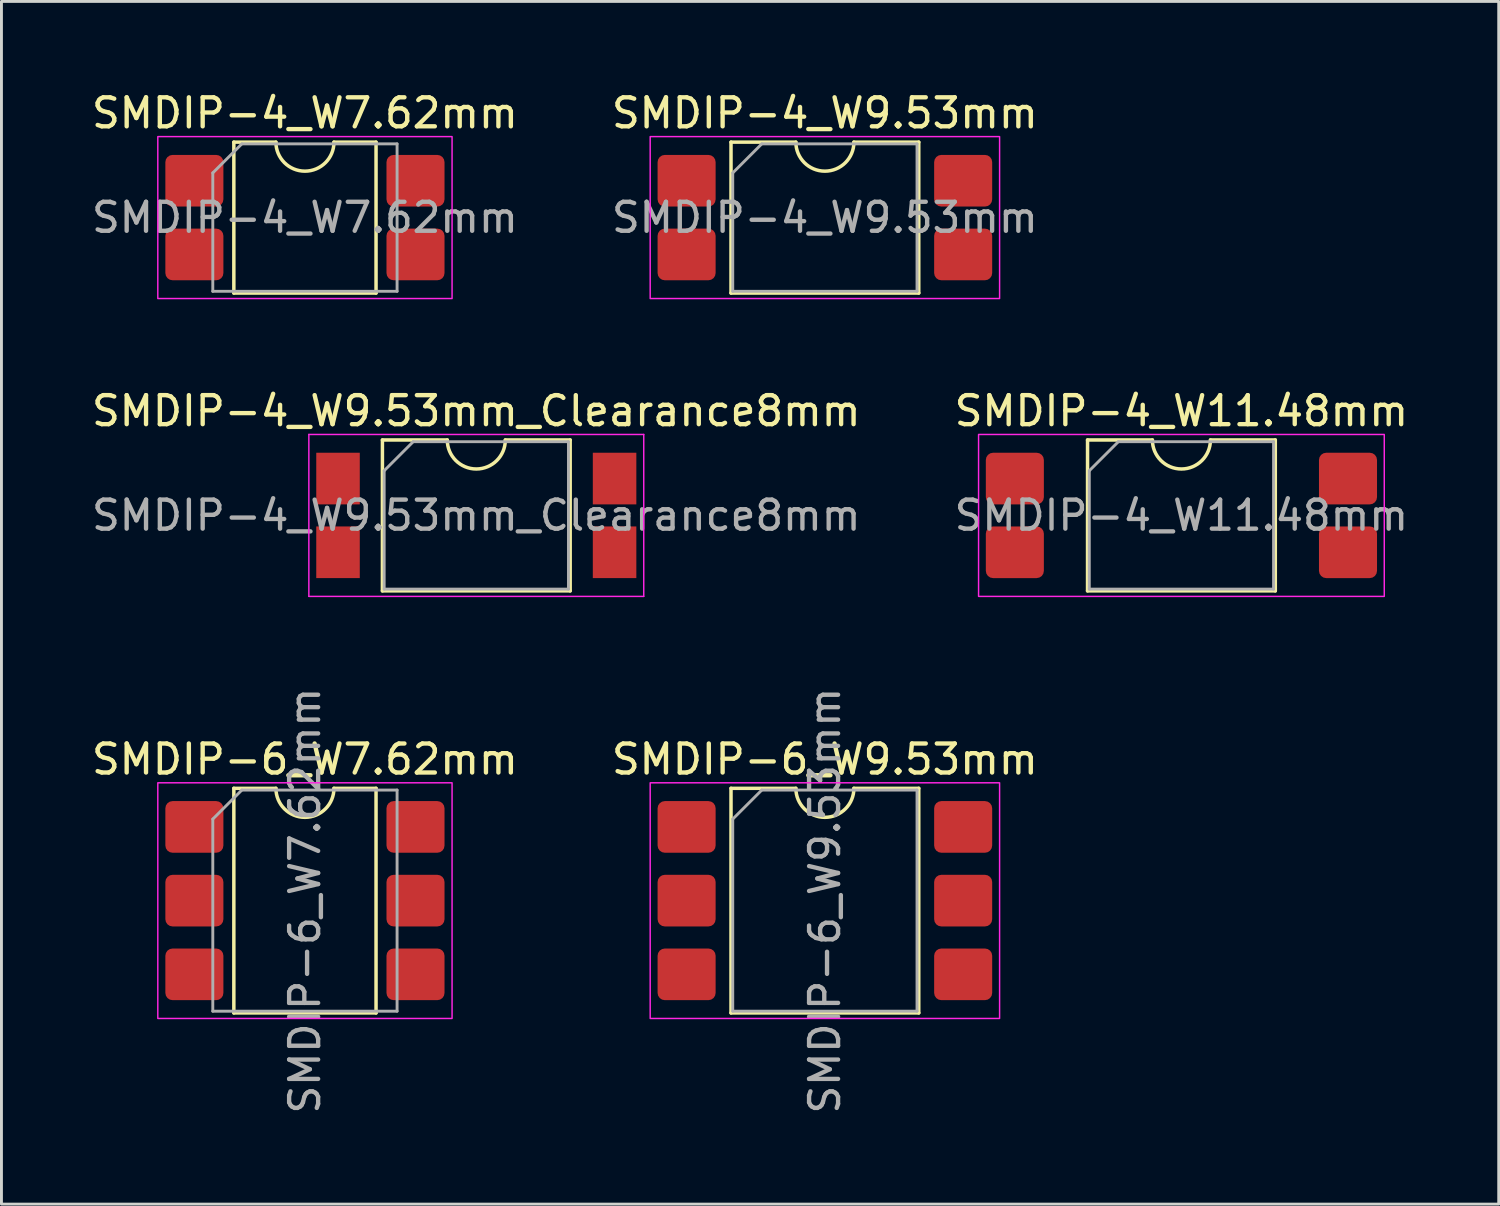
<source format=kicad_pcb>
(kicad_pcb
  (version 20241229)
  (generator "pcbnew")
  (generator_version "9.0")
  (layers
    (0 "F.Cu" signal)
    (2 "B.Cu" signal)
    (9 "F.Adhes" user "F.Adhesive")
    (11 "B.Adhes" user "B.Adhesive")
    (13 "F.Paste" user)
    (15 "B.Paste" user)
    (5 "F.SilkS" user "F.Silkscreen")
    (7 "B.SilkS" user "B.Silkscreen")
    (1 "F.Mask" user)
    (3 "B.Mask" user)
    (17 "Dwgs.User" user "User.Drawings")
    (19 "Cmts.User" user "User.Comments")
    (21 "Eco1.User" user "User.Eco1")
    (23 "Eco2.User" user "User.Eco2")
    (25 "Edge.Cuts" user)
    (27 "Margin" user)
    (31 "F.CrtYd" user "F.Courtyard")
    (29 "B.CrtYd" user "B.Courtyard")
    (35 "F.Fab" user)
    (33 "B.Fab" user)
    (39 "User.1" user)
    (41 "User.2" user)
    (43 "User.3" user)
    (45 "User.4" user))
  (footprint "SMDIP-6_W9.53mm"
    (layer "F.Cu")
    (at 25.375 27.985)
    (property "Reference" "SMDIP-6_W9.53mm" (at 0 -4.87 0) (layer "F.SilkS") (effects (font (size 1 1) (thickness 0.15))))
    (attr smd)
    (fp_line (start -3.235 -3.87) (end -3.235 3.87) (stroke (width 0.12) (type solid)) (layer "F.SilkS"))
    (fp_line (start -3.235 3.87) (end 3.235 3.87) (stroke (width 0.12) (type solid)) (layer "F.SilkS"))
    (fp_line (start -1 -3.87) (end -3.235 -3.87) (stroke (width 0.12) (type solid)) (layer "F.SilkS"))
    (fp_line (start 3.235 -3.87) (end 1 -3.87) (stroke (width 0.12) (type solid)) (layer "F.SilkS"))
    (fp_line (start 3.235 3.87) (end 3.235 -3.87) (stroke (width 0.12) (type solid)) (layer "F.SilkS"))
    (fp_arc (start 1 -3.87) (mid 0 -2.87) (end -1 -3.87) (stroke (width 0.12) (type solid)) (layer "F.SilkS"))
    (fp_rect (start -6.02 -4.06) (end 6.02 4.06) (stroke (width 0.05) (type solid)) (fill no) (layer "F.CrtYd"))
    (fp_line (start -3.175 -2.81) (end -2.175 -3.81) (stroke (width 0.1) (type solid)) (layer "F.Fab"))
    (fp_line (start -3.175 3.81) (end -3.175 -2.81) (stroke (width 0.1) (type solid)) (layer "F.Fab"))
    (fp_line (start -2.175 -3.81) (end 3.175 -3.81) (stroke (width 0.1) (type solid)) (layer "F.Fab"))
    (fp_line (start 3.175 -3.81) (end 3.175 3.81) (stroke (width 0.1) (type solid)) (layer "F.Fab"))
    (fp_line (start 3.175 3.81) (end -3.175 3.81) (stroke (width 0.1) (type solid)) (layer "F.Fab"))
    (fp_text user "${REFERENCE}" (at 0 0 90) (layer "F.Fab") (effects (font (size 1 1) (thickness 0.15))))
    (pad "1" smd roundrect (at -4.765 -2.54) (size 2 1.78) (layers "F.Cu" "F.Mask" "F.Paste") (roundrect_rratio 0.14))
    (pad "2" smd roundrect (at -4.765 0) (size 2 1.78) (layers "F.Cu" "F.Mask" "F.Paste") (roundrect_rratio 0.14))
    (pad "3" smd roundrect (at -4.765 2.54) (size 2 1.78) (layers "F.Cu" "F.Mask" "F.Paste") (roundrect_rratio 0.14))
    (pad "4" smd roundrect (at 4.765 2.54) (size 2 1.78) (layers "F.Cu" "F.Mask" "F.Paste") (roundrect_rratio 0.14))
    (pad "5" smd roundrect (at 4.765 0) (size 2 1.78) (layers "F.Cu" "F.Mask" "F.Paste") (roundrect_rratio 0.14))
    (pad "6" smd roundrect (at 4.765 -2.54) (size 2 1.78) (layers "F.Cu" "F.Mask" "F.Paste") (roundrect_rratio 0.14)))
  (footprint "SMDIP-4_W7.62mm"
    (layer "F.Cu")
    (at 7.458 4.448)
    (property "Reference" "SMDIP-4_W7.62mm" (at 0 -3.6 0) (layer "F.SilkS") (effects (font (size 1 1) (thickness 0.15))))
    (attr smd)
    (fp_line (start -2.45 -2.6) (end -2.45 2.6) (stroke (width 0.12) (type solid)) (layer "F.SilkS"))
    (fp_line (start -2.45 2.6) (end 2.45 2.6) (stroke (width 0.12) (type solid)) (layer "F.SilkS"))
    (fp_line (start -1 -2.6) (end -2.45 -2.6) (stroke (width 0.12) (type solid)) (layer "F.SilkS"))
    (fp_line (start 2.45 -2.6) (end 1 -2.6) (stroke (width 0.12) (type solid)) (layer "F.SilkS"))
    (fp_line (start 2.45 2.6) (end 2.45 -2.6) (stroke (width 0.12) (type solid)) (layer "F.SilkS"))
    (fp_arc (start 1 -2.6) (mid 0 -1.6) (end -1 -2.6) (stroke (width 0.12) (type solid)) (layer "F.SilkS"))
    (fp_rect (start -5.07 -2.79) (end 5.07 2.79) (stroke (width 0.05) (type solid)) (fill no) (layer "F.CrtYd"))
    (fp_line (start -3.175 -1.54) (end -2.175 -2.54) (stroke (width 0.1) (type solid)) (layer "F.Fab"))
    (fp_line (start -3.175 2.54) (end -3.175 -1.54) (stroke (width 0.1) (type solid)) (layer "F.Fab"))
    (fp_line (start -2.175 -2.54) (end 3.175 -2.54) (stroke (width 0.1) (type solid)) (layer "F.Fab"))
    (fp_line (start 3.175 -2.54) (end 3.175 2.54) (stroke (width 0.1) (type solid)) (layer "F.Fab"))
    (fp_line (start 3.175 2.54) (end -3.175 2.54) (stroke (width 0.1) (type solid)) (layer "F.Fab"))
    (fp_text user "${REFERENCE}" (at 0 0 0) (layer "F.Fab") (effects (font (size 1 1) (thickness 0.15))))
    (pad "1" smd roundrect (at -3.81 -1.27) (size 2 1.78) (layers "F.Cu" "F.Mask" "F.Paste") (roundrect_rratio 0.14))
    (pad "2" smd roundrect (at -3.81 1.27) (size 2 1.78) (layers "F.Cu" "F.Mask" "F.Paste") (roundrect_rratio 0.14))
    (pad "3" smd roundrect (at 3.81 1.27) (size 2 1.78) (layers "F.Cu" "F.Mask" "F.Paste") (roundrect_rratio 0.14))
    (pad "4" smd roundrect (at 3.81 -1.27) (size 2 1.78) (layers "F.Cu" "F.Mask" "F.Paste") (roundrect_rratio 0.14)))
  (footprint "SMDIP-6_W7.62mm"
    (layer "F.Cu")
    (at 7.458 27.985)
    (property "Reference" "SMDIP-6_W7.62mm" (at 0 -4.87 0) (layer "F.SilkS") (effects (font (size 1 1) (thickness 0.15))))
    (attr smd)
    (fp_line (start -2.45 -3.87) (end -2.45 3.87) (stroke (width 0.12) (type solid)) (layer "F.SilkS"))
    (fp_line (start -2.45 3.87) (end 2.45 3.87) (stroke (width 0.12) (type solid)) (layer "F.SilkS"))
    (fp_line (start -1 -3.87) (end -2.45 -3.87) (stroke (width 0.12) (type solid)) (layer "F.SilkS"))
    (fp_line (start 2.45 -3.87) (end 1 -3.87) (stroke (width 0.12) (type solid)) (layer "F.SilkS"))
    (fp_line (start 2.45 3.87) (end 2.45 -3.87) (stroke (width 0.12) (type solid)) (layer "F.SilkS"))
    (fp_arc (start 1 -3.87) (mid 0 -2.87) (end -1 -3.87) (stroke (width 0.12) (type solid)) (layer "F.SilkS"))
    (fp_rect (start -5.07 -4.06) (end 5.07 4.06) (stroke (width 0.05) (type solid)) (fill no) (layer "F.CrtYd"))
    (fp_line (start -3.175 -2.81) (end -2.175 -3.81) (stroke (width 0.1) (type solid)) (layer "F.Fab"))
    (fp_line (start -3.175 3.81) (end -3.175 -2.81) (stroke (width 0.1) (type solid)) (layer "F.Fab"))
    (fp_line (start -2.175 -3.81) (end 3.175 -3.81) (stroke (width 0.1) (type solid)) (layer "F.Fab"))
    (fp_line (start 3.175 -3.81) (end 3.175 3.81) (stroke (width 0.1) (type solid)) (layer "F.Fab"))
    (fp_line (start 3.175 3.81) (end -3.175 3.81) (stroke (width 0.1) (type solid)) (layer "F.Fab"))
    (fp_text user "${REFERENCE}" (at 0 0 90) (layer "F.Fab") (effects (font (size 1 1) (thickness 0.15))))
    (pad "1" smd roundrect (at -3.81 -2.54) (size 2 1.78) (layers "F.Cu" "F.Mask" "F.Paste") (roundrect_rratio 0.14))
    (pad "2" smd roundrect (at -3.81 0) (size 2 1.78) (layers "F.Cu" "F.Mask" "F.Paste") (roundrect_rratio 0.14))
    (pad "3" smd roundrect (at -3.81 2.54) (size 2 1.78) (layers "F.Cu" "F.Mask" "F.Paste") (roundrect_rratio 0.14))
    (pad "4" smd roundrect (at 3.81 2.54) (size 2 1.78) (layers "F.Cu" "F.Mask" "F.Paste") (roundrect_rratio 0.14))
    (pad "5" smd roundrect (at 3.81 0) (size 2 1.78) (layers "F.Cu" "F.Mask" "F.Paste") (roundrect_rratio 0.14))
    (pad "6" smd roundrect (at 3.81 -2.54) (size 2 1.78) (layers "F.Cu" "F.Mask" "F.Paste") (roundrect_rratio 0.14)))
  (footprint "SMDIP-4_W9.53mm_Clearance8mm"
    (layer "F.Cu")
    (at 13.363 14.711)
    (property "Reference" "SMDIP-4_W9.53mm_Clearance8mm" (at 0 -3.6 0) (layer "F.SilkS") (effects (font (size 1 1) (thickness 0.15))))
    (attr smd)
    (fp_line (start -3.235 -2.6) (end -3.235 2.6) (stroke (width 0.12) (type solid)) (layer "F.SilkS"))
    (fp_line (start -3.235 2.6) (end 3.235 2.6) (stroke (width 0.12) (type solid)) (layer "F.SilkS"))
    (fp_line (start -1 -2.6) (end -3.235 -2.6) (stroke (width 0.12) (type solid)) (layer "F.SilkS"))
    (fp_line (start 3.235 -2.6) (end 1 -2.6) (stroke (width 0.12) (type solid)) (layer "F.SilkS"))
    (fp_line (start 3.235 2.6) (end 3.235 -2.6) (stroke (width 0.12) (type solid)) (layer "F.SilkS"))
    (fp_arc (start 1 -2.6) (mid 0 -1.6) (end -1 -2.6) (stroke (width 0.12) (type solid)) (layer "F.SilkS"))
    (fp_line (start -5.77 -2.79) (end -5.77 2.79) (stroke (width 0.05) (type solid)) (layer "F.CrtYd"))
    (fp_line (start -5.77 2.79) (end 5.77 2.79) (stroke (width 0.05) (type solid)) (layer "F.CrtYd"))
    (fp_line (start 5.77 -2.79) (end -5.77 -2.79) (stroke (width 0.05) (type solid)) (layer "F.CrtYd"))
    (fp_line (start 5.77 2.79) (end 5.77 -2.79) (stroke (width 0.05) (type solid)) (layer "F.CrtYd"))
    (fp_line (start -3.175 -1.54) (end -2.175 -2.54) (stroke (width 0.1) (type solid)) (layer "F.Fab"))
    (fp_line (start -3.175 2.54) (end -3.175 -1.54) (stroke (width 0.1) (type solid)) (layer "F.Fab"))
    (fp_line (start -2.175 -2.54) (end 3.175 -2.54) (stroke (width 0.1) (type solid)) (layer "F.Fab"))
    (fp_line (start 3.175 -2.54) (end 3.175 2.54) (stroke (width 0.1) (type solid)) (layer "F.Fab"))
    (fp_line (start 3.175 2.54) (end -3.175 2.54) (stroke (width 0.1) (type solid)) (layer "F.Fab"))
    (fp_text user "${REFERENCE}" (at 0 0 0) (layer "F.Fab") (effects (font (size 1 1) (thickness 0.15))))
    (pad "1" smd rect (at -4.765 -1.27) (size 1.5 1.78) (layers "F.Cu" "F.Mask" "F.Paste"))
    (pad "2" smd rect (at -4.765 1.27) (size 1.5 1.78) (layers "F.Cu" "F.Mask" "F.Paste"))
    (pad "3" smd rect (at 4.765 1.27) (size 1.5 1.78) (layers "F.Cu" "F.Mask" "F.Paste"))
    (pad "4" smd rect (at 4.765 -1.27) (size 1.5 1.78) (layers "F.Cu" "F.Mask" "F.Paste")))
  (footprint "SMDIP-4_W11.48mm"
    (layer "F.Cu")
    (at 37.661 14.711)
    (property "Reference" "SMDIP-4_W11.48mm" (at 0 -3.6 0) (layer "F.SilkS") (effects (font (size 1 1) (thickness 0.15))))
    (attr smd)
    (fp_line (start -3.235 -2.6) (end -3.235 2.6) (stroke (width 0.12) (type solid)) (layer "F.SilkS"))
    (fp_line (start -3.235 2.6) (end 3.235 2.6) (stroke (width 0.12) (type solid)) (layer "F.SilkS"))
    (fp_line (start -1 -2.6) (end -3.235 -2.6) (stroke (width 0.12) (type solid)) (layer "F.SilkS"))
    (fp_line (start 3.235 -2.6) (end 1 -2.6) (stroke (width 0.12) (type solid)) (layer "F.SilkS"))
    (fp_line (start 3.235 2.6) (end 3.235 -2.6) (stroke (width 0.12) (type solid)) (layer "F.SilkS"))
    (fp_arc (start 1 -2.6) (mid 0 -1.6) (end -1 -2.6) (stroke (width 0.12) (type solid)) (layer "F.SilkS"))
    (fp_rect (start -6.99 -2.79) (end 6.99 2.79) (stroke (width 0.05) (type solid)) (fill no) (layer "F.CrtYd"))
    (fp_line (start -3.175 -1.54) (end -2.175 -2.54) (stroke (width 0.1) (type solid)) (layer "F.Fab"))
    (fp_line (start -3.175 2.54) (end -3.175 -1.54) (stroke (width 0.1) (type solid)) (layer "F.Fab"))
    (fp_line (start -2.175 -2.54) (end 3.175 -2.54) (stroke (width 0.1) (type solid)) (layer "F.Fab"))
    (fp_line (start 3.175 -2.54) (end 3.175 2.54) (stroke (width 0.1) (type solid)) (layer "F.Fab"))
    (fp_line (start 3.175 2.54) (end -3.175 2.54) (stroke (width 0.1) (type solid)) (layer "F.Fab"))
    (fp_text user "${REFERENCE}" (at 0 0 0) (layer "F.Fab") (effects (font (size 1 1) (thickness 0.15))))
    (pad "1" smd roundrect (at -5.74 -1.27) (size 2 1.78) (layers "F.Cu" "F.Mask" "F.Paste") (roundrect_rratio 0.14))
    (pad "2" smd roundrect (at -5.74 1.27) (size 2 1.78) (layers "F.Cu" "F.Mask" "F.Paste") (roundrect_rratio 0.14))
    (pad "3" smd roundrect (at 5.74 1.27) (size 2 1.78) (layers "F.Cu" "F.Mask" "F.Paste") (roundrect_rratio 0.14))
    (pad "4" smd roundrect (at 5.74 -1.27) (size 2 1.78) (layers "F.Cu" "F.Mask" "F.Paste") (roundrect_rratio 0.14)))
  (footprint "SMDIP-4_W9.53mm"
    (layer "F.Cu")
    (at 25.375 4.448)
    (property "Reference" "SMDIP-4_W9.53mm" (at 0 -3.6 0) (layer "F.SilkS") (effects (font (size 1 1) (thickness 0.15))))
    (attr smd)
    (fp_line (start -3.235 -2.6) (end -3.235 2.6) (stroke (width 0.12) (type solid)) (layer "F.SilkS"))
    (fp_line (start -3.235 2.6) (end 3.235 2.6) (stroke (width 0.12) (type solid)) (layer "F.SilkS"))
    (fp_line (start -1 -2.6) (end -3.235 -2.6) (stroke (width 0.12) (type solid)) (layer "F.SilkS"))
    (fp_line (start 3.235 -2.6) (end 1 -2.6) (stroke (width 0.12) (type solid)) (layer "F.SilkS"))
    (fp_line (start 3.235 2.6) (end 3.235 -2.6) (stroke (width 0.12) (type solid)) (layer "F.SilkS"))
    (fp_arc (start 1 -2.6) (mid 0 -1.6) (end -1 -2.6) (stroke (width 0.12) (type solid)) (layer "F.SilkS"))
    (fp_rect (start -6.02 -2.79) (end 6.02 2.79) (stroke (width 0.05) (type solid)) (fill no) (layer "F.CrtYd"))
    (fp_line (start -3.175 -1.54) (end -2.175 -2.54) (stroke (width 0.1) (type solid)) (layer "F.Fab"))
    (fp_line (start -3.175 2.54) (end -3.175 -1.54) (stroke (width 0.1) (type solid)) (layer "F.Fab"))
    (fp_line (start -2.175 -2.54) (end 3.175 -2.54) (stroke (width 0.1) (type solid)) (layer "F.Fab"))
    (fp_line (start 3.175 -2.54) (end 3.175 2.54) (stroke (width 0.1) (type solid)) (layer "F.Fab"))
    (fp_line (start 3.175 2.54) (end -3.175 2.54) (stroke (width 0.1) (type solid)) (layer "F.Fab"))
    (fp_text user "${REFERENCE}" (at 0 0 0) (layer "F.Fab") (effects (font (size 1 1) (thickness 0.15))))
    (pad "1" smd roundrect (at -4.765 -1.27) (size 2 1.78) (layers "F.Cu" "F.Mask" "F.Paste") (roundrect_rratio 0.14))
    (pad "2" smd roundrect (at -4.765 1.27) (size 2 1.78) (layers "F.Cu" "F.Mask" "F.Paste") (roundrect_rratio 0.14))
    (pad "3" smd roundrect (at 4.765 1.27) (size 2 1.78) (layers "F.Cu" "F.Mask" "F.Paste") (roundrect_rratio 0.14))
    (pad "4" smd roundrect (at 4.765 -1.27) (size 2 1.78) (layers "F.Cu" "F.Mask" "F.Paste") (roundrect_rratio 0.14)))
  (gr_rect
    (start -3 -3)
    (end 48.595 38.443)
    (stroke (width 0.1) (type default))
    (fill no)
    (layer "Edge.Cuts")))
</source>
